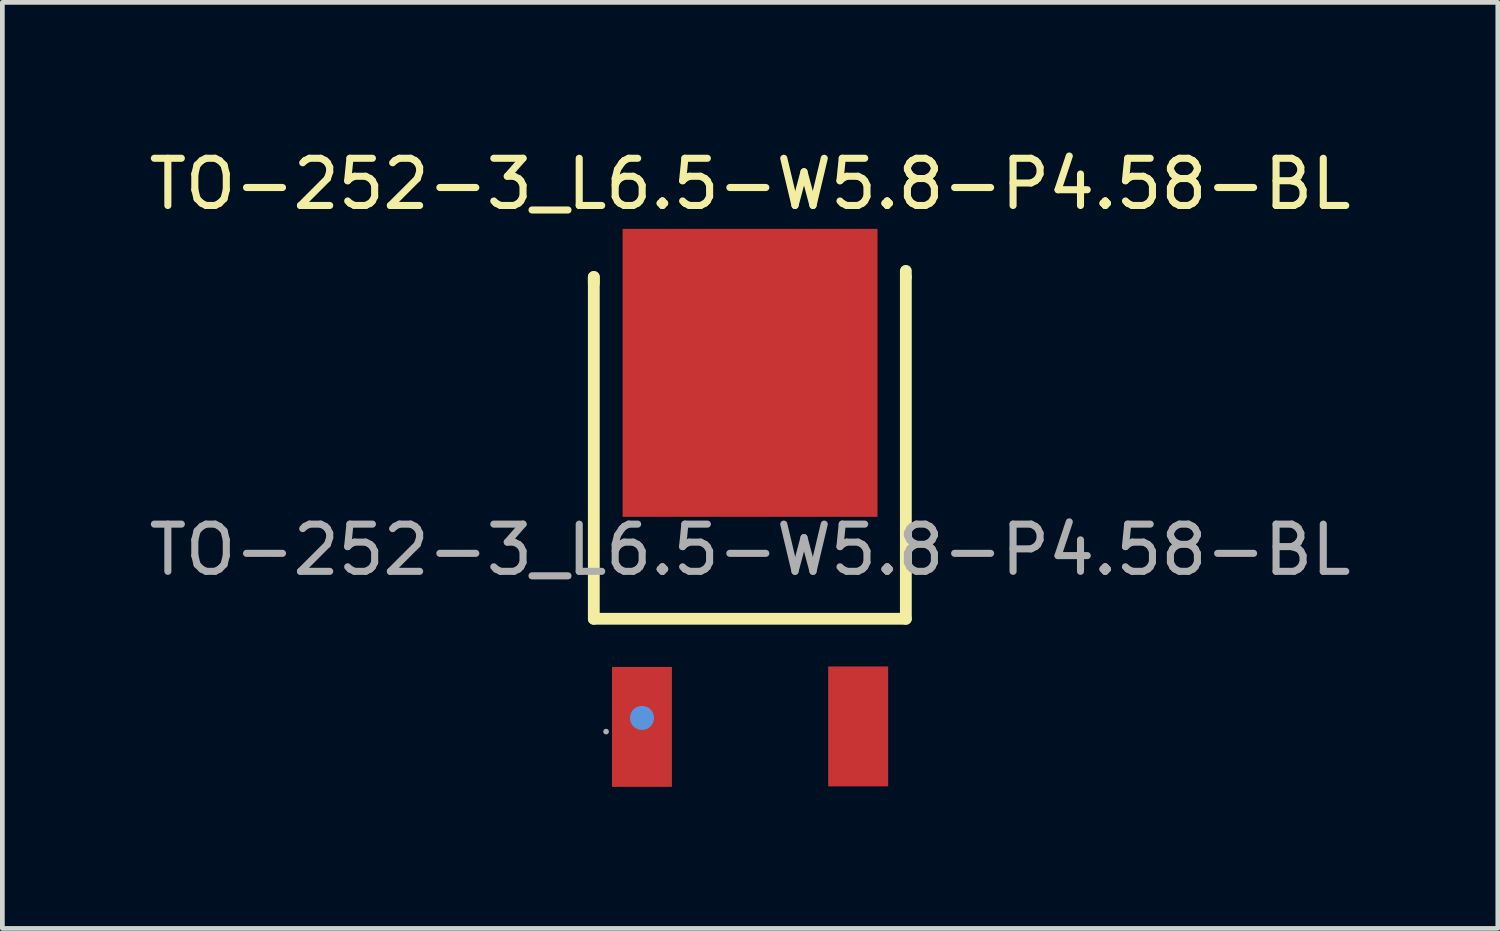
<source format=kicad_pcb>
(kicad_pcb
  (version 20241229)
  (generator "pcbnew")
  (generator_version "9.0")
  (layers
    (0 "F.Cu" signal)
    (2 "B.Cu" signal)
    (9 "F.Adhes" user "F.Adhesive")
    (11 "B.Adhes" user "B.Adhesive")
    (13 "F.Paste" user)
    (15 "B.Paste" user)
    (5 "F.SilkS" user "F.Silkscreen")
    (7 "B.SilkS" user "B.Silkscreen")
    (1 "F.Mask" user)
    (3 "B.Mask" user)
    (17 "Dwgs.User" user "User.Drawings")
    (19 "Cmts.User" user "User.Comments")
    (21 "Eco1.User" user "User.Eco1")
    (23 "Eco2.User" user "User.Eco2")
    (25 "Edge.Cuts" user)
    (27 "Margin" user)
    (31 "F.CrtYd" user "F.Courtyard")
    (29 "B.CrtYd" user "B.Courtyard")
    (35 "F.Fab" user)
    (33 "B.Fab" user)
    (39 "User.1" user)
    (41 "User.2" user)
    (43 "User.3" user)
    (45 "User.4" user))
  (footprint "TO-252-3_L6.5-W5.8-P4.58-BL"
    (layer "F.Cu")
    (at 12.839 8.598)
    (property "Reference" "TO-252-3_L6.5-W5.8-P4.58-BL" (at 0 -7.75 0) (layer "F.SilkS") (effects (font (size 1 1) (thickness 0.15))))
    (attr smd)
    (fp_line (start -3.31 -5.78) (end -3.31 1.46) (stroke (width 0.25) (type solid)) (layer "F.SilkS"))
    (fp_line (start -3.31 -5.65) (end -3.31 -5.78) (stroke (width 0.25) (type solid)) (layer "F.SilkS"))
    (fp_line (start -3.31 1.46) (end 3.3 1.46) (stroke (width 0.25) (type solid)) (layer "F.SilkS"))
    (fp_line (start 3.3 -5.78) (end 3.3 -5.91) (stroke (width 0.25) (type solid)) (layer "F.SilkS"))
    (fp_line (start 3.3 1.46) (end 3.3 -5.78) (stroke (width 0.25) (type solid)) (layer "F.SilkS"))
    (fp_circle (center -2.29 3.56) (end -2.16 3.56) (stroke (width 0.25) (type solid)) (fill no) (layer "Cmts.User"))
    (fp_circle (center -3.05 3.85) (end -3.02 3.85) (stroke (width 0.06) (type solid)) (fill no) (layer "F.Fab"))
    (fp_text user "${REFERENCE}" (at 0 0 0) (layer "F.Fab") (effects (font (size 1 1) (thickness 0.15))))
    (pad "1" smd rect (at -2.29 3.75 90) (size 2.54 1.27) (layers "F.Cu" "F.Mask" "F.Paste"))
    (pad "2" smd rect (at 0 -3.75 90) (size 6.1 5.4) (layers "F.Cu" "F.Mask" "F.Paste"))
    (pad "3" smd rect (at 2.29 3.74 90) (size 2.54 1.27) (layers "F.Cu" "F.Mask" "F.Paste")))
  (gr_rect
    (start -3 -3)
    (end 28.679 16.618)
    (stroke (width 0.1) (type default))
    (fill no)
    (layer "Edge.Cuts")))
</source>
